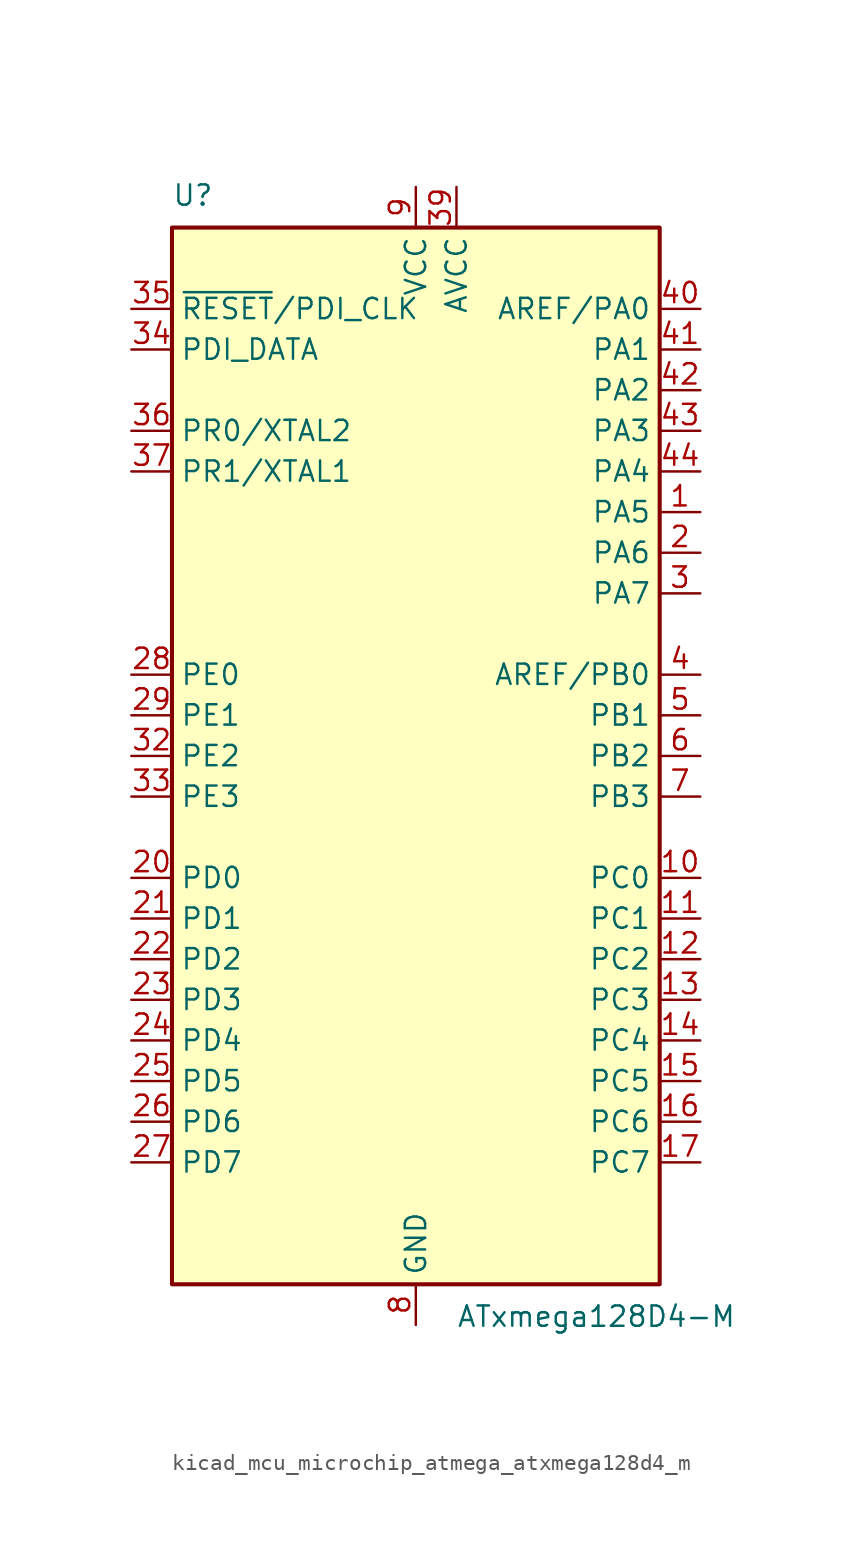
<source format=kicad_sym>
(kicad_symbol_lib
  (version 20220914)
  (generator kicad_symbol_editor)
  (symbol "kicad_mcu_microchip_atmega_atxmega128d4_m"
    (property "Reference" "U"
      (at -15.24 34.29 0)
      (effects (font (size 1.27 1.27)) (justify left bottom)))
    (property "Value" "ATxmega128D4-M"
      (at 2.54 -34.29 0)
      (effects (font (size 1.27 1.27)) (justify left top)))
    (symbol "kicad_mcu_microchip_atmega_atxmega128d4_m_0_1"
      (rectangle (start -15.24 -33.02) (end 15.24 33.02) (stroke (width 0.254) (type default)) (fill (type background))))
    (symbol "kicad_mcu_microchip_atmega_atxmega128d4_m_1_1"
      (pin bidirectional line (at 17.78 15.24 180) (length 2.54) (name "PA5" (effects (font (size 1.27 1.27)))) (number "1" (effects (font (size 1.27 1.27)))))
      (pin bidirectional line (at 17.78 -7.62 180) (length 2.54) (name "PC0" (effects (font (size 1.27 1.27)))) (number "10" (effects (font (size 1.27 1.27)))))
      (pin bidirectional line (at 17.78 -10.16 180) (length 2.54) (name "PC1" (effects (font (size 1.27 1.27)))) (number "11" (effects (font (size 1.27 1.27)))))
      (pin bidirectional line (at 17.78 -12.7 180) (length 2.54) (name "PC2" (effects (font (size 1.27 1.27)))) (number "12" (effects (font (size 1.27 1.27)))))
      (pin bidirectional line (at 17.78 -15.24 180) (length 2.54) (name "PC3" (effects (font (size 1.27 1.27)))) (number "13" (effects (font (size 1.27 1.27)))))
      (pin bidirectional line (at 17.78 -17.78 180) (length 2.54) (name "PC4" (effects (font (size 1.27 1.27)))) (number "14" (effects (font (size 1.27 1.27)))))
      (pin bidirectional line (at 17.78 -20.32 180) (length 2.54) (name "PC5" (effects (font (size 1.27 1.27)))) (number "15" (effects (font (size 1.27 1.27)))))
      (pin bidirectional line (at 17.78 -22.86 180) (length 2.54) (name "PC6" (effects (font (size 1.27 1.27)))) (number "16" (effects (font (size 1.27 1.27)))))
      (pin bidirectional line (at 17.78 -25.4 180) (length 2.54) (name "PC7" (effects (font (size 1.27 1.27)))) (number "17" (effects (font (size 1.27 1.27)))))
      (pin passive line (at 0 -35.56 90) (length 2.54) hide (name "GND" (effects (font (size 1.27 1.27)))) (number "18" (effects (font (size 1.27 1.27)))))
      (pin passive line (at 0 35.56 270) (length 2.54) hide (name "VCC" (effects (font (size 1.27 1.27)))) (number "19" (effects (font (size 1.27 1.27)))))
      (pin bidirectional line (at 17.78 12.7 180) (length 2.54) (name "PA6" (effects (font (size 1.27 1.27)))) (number "2" (effects (font (size 1.27 1.27)))))
      (pin bidirectional line (at -17.78 -7.62 0) (length 2.54) (name "PD0" (effects (font (size 1.27 1.27)))) (number "20" (effects (font (size 1.27 1.27)))))
      (pin bidirectional line (at -17.78 -10.16 0) (length 2.54) (name "PD1" (effects (font (size 1.27 1.27)))) (number "21" (effects (font (size 1.27 1.27)))))
      (pin bidirectional line (at -17.78 -12.7 0) (length 2.54) (name "PD2" (effects (font (size 1.27 1.27)))) (number "22" (effects (font (size 1.27 1.27)))))
      (pin bidirectional line (at -17.78 -15.24 0) (length 2.54) (name "PD3" (effects (font (size 1.27 1.27)))) (number "23" (effects (font (size 1.27 1.27)))))
      (pin bidirectional line (at -17.78 -17.78 0) (length 2.54) (name "PD4" (effects (font (size 1.27 1.27)))) (number "24" (effects (font (size 1.27 1.27)))))
      (pin bidirectional line (at -17.78 -20.32 0) (length 2.54) (name "PD5" (effects (font (size 1.27 1.27)))) (number "25" (effects (font (size 1.27 1.27)))))
      (pin bidirectional line (at -17.78 -22.86 0) (length 2.54) (name "PD6" (effects (font (size 1.27 1.27)))) (number "26" (effects (font (size 1.27 1.27)))))
      (pin bidirectional line (at -17.78 -25.4 0) (length 2.54) (name "PD7" (effects (font (size 1.27 1.27)))) (number "27" (effects (font (size 1.27 1.27)))))
      (pin bidirectional line (at -17.78 5.08 0) (length 2.54) (name "PE0" (effects (font (size 1.27 1.27)))) (number "28" (effects (font (size 1.27 1.27)))))
      (pin bidirectional line (at -17.78 2.54 0) (length 2.54) (name "PE1" (effects (font (size 1.27 1.27)))) (number "29" (effects (font (size 1.27 1.27)))))
      (pin bidirectional line (at 17.78 10.16 180) (length 2.54) (name "PA7" (effects (font (size 1.27 1.27)))) (number "3" (effects (font (size 1.27 1.27)))))
      (pin passive line (at 0 -35.56 90) (length 2.54) hide (name "GND" (effects (font (size 1.27 1.27)))) (number "30" (effects (font (size 1.27 1.27)))))
      (pin passive line (at 0 35.56 270) (length 2.54) hide (name "VCC" (effects (font (size 1.27 1.27)))) (number "31" (effects (font (size 1.27 1.27)))))
      (pin bidirectional line (at -17.78 0 0) (length 2.54) (name "PE2" (effects (font (size 1.27 1.27)))) (number "32" (effects (font (size 1.27 1.27)))))
      (pin bidirectional line (at -17.78 -2.54 0) (length 2.54) (name "PE3" (effects (font (size 1.27 1.27)))) (number "33" (effects (font (size 1.27 1.27)))))
      (pin bidirectional line (at -17.78 25.4 0) (length 2.54) (name "PDI_DATA" (effects (font (size 1.27 1.27)))) (number "34" (effects (font (size 1.27 1.27)))))
      (pin input line (at -17.78 27.94 0) (length 2.54) (name "~{RESET}/PDI_CLK" (effects (font (size 1.27 1.27)))) (number "35" (effects (font (size 1.27 1.27)))))
      (pin bidirectional line (at -17.78 20.32 0) (length 2.54) (name "PR0/XTAL2" (effects (font (size 1.27 1.27)))) (number "36" (effects (font (size 1.27 1.27)))))
      (pin bidirectional line (at -17.78 17.78 0) (length 2.54) (name "PR1/XTAL1" (effects (font (size 1.27 1.27)))) (number "37" (effects (font (size 1.27 1.27)))))
      (pin passive line (at 0 -35.56 90) (length 2.54) hide (name "GND" (effects (font (size 1.27 1.27)))) (number "38" (effects (font (size 1.27 1.27)))))
      (pin power_in line (at 2.54 35.56 270) (length 2.54) (name "AVCC" (effects (font (size 1.27 1.27)))) (number "39" (effects (font (size 1.27 1.27)))))
      (pin bidirectional line (at 17.78 5.08 180) (length 2.54) (name "AREF/PB0" (effects (font (size 1.27 1.27)))) (number "4" (effects (font (size 1.27 1.27)))))
      (pin bidirectional line (at 17.78 27.94 180) (length 2.54) (name "AREF/PA0" (effects (font (size 1.27 1.27)))) (number "40" (effects (font (size 1.27 1.27)))))
      (pin bidirectional line (at 17.78 25.4 180) (length 2.54) (name "PA1" (effects (font (size 1.27 1.27)))) (number "41" (effects (font (size 1.27 1.27)))))
      (pin bidirectional line (at 17.78 22.86 180) (length 2.54) (name "PA2" (effects (font (size 1.27 1.27)))) (number "42" (effects (font (size 1.27 1.27)))))
      (pin bidirectional line (at 17.78 20.32 180) (length 2.54) (name "PA3" (effects (font (size 1.27 1.27)))) (number "43" (effects (font (size 1.27 1.27)))))
      (pin bidirectional line (at 17.78 17.78 180) (length 2.54) (name "PA4" (effects (font (size 1.27 1.27)))) (number "44" (effects (font (size 1.27 1.27)))))
      (pin passive line (at 0 -35.56 90) (length 2.54) hide (name "GND" (effects (font (size 1.27 1.27)))) (number "45" (effects (font (size 1.27 1.27)))))
      (pin bidirectional line (at 17.78 2.54 180) (length 2.54) (name "PB1" (effects (font (size 1.27 1.27)))) (number "5" (effects (font (size 1.27 1.27)))))
      (pin bidirectional line (at 17.78 0 180) (length 2.54) (name "PB2" (effects (font (size 1.27 1.27)))) (number "6" (effects (font (size 1.27 1.27)))))
      (pin bidirectional line (at 17.78 -2.54 180) (length 2.54) (name "PB3" (effects (font (size 1.27 1.27)))) (number "7" (effects (font (size 1.27 1.27)))))
      (pin power_in line (at 0 -35.56 90) (length 2.54) (name "GND" (effects (font (size 1.27 1.27)))) (number "8" (effects (font (size 1.27 1.27)))))
      (pin power_in line (at 0 35.56 270) (length 2.54) (name "VCC" (effects (font (size 1.27 1.27)))) (number "9" (effects (font (size 1.27 1.27))))))))
</source>
